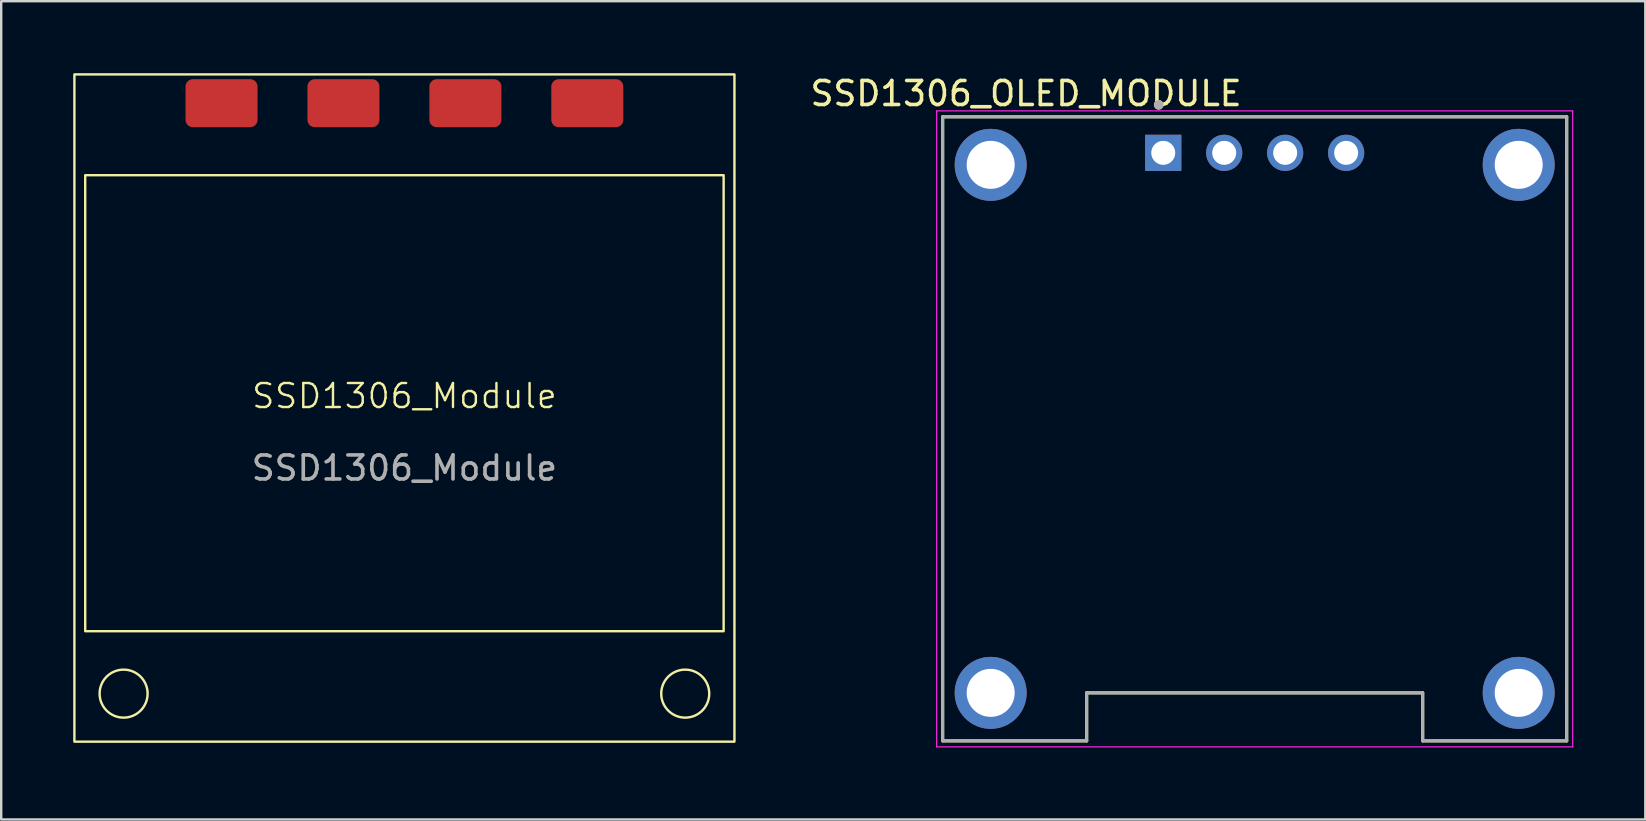
<source format=kicad_pcb>
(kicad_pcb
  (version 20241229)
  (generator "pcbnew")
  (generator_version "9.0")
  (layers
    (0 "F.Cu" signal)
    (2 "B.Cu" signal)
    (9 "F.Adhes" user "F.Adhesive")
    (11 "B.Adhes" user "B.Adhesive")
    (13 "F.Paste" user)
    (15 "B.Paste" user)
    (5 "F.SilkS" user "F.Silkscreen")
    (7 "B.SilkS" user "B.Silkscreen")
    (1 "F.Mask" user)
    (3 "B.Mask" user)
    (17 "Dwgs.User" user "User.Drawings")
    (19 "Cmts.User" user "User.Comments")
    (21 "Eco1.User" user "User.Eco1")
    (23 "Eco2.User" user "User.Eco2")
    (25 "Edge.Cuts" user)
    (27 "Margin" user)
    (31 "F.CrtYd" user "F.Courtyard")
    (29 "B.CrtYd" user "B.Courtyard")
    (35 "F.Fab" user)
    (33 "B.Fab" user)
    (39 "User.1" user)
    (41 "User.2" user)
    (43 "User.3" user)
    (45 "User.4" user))
  (footprint "SSD1306_OLED_MODULE"
    (layer "F.Cu")
    (at 49.226 14.818)
    (property "Reference" "SSD1306_OLED_MODULE" (at -9.525 -13.97 0) (layer "F.SilkS") (effects (font (size 1 1) (thickness 0.15))))
    (attr through_hole)
    (fp_line (start -13 -13) (end 13 -13) (stroke (width 0.127) (type solid)) (layer "F.SilkS"))
    (fp_line (start -13 13) (end -13 -13) (stroke (width 0.127) (type solid)) (layer "F.SilkS"))
    (fp_line (start -7 11) (end -7 13) (stroke (width 0.127) (type solid)) (layer "F.SilkS"))
    (fp_line (start -7 13) (end -13 13) (stroke (width 0.127) (type solid)) (layer "F.SilkS"))
    (fp_line (start 7 11) (end -7 11) (stroke (width 0.127) (type solid)) (layer "F.SilkS"))
    (fp_line (start 7 13) (end 7 11) (stroke (width 0.127) (type solid)) (layer "F.SilkS"))
    (fp_line (start 13 -13) (end 13 13) (stroke (width 0.127) (type solid)) (layer "F.SilkS"))
    (fp_line (start 13 13) (end 7 13) (stroke (width 0.127) (type solid)) (layer "F.SilkS"))
    (fp_circle (center -4 -13.5) (end -3.9 -13.5) (stroke (width 0.2) (type solid)) (fill no) (layer "F.SilkS"))
    (fp_line (start -13.25 -13.25) (end 13.25 -13.25) (stroke (width 0.05) (type solid)) (layer "F.CrtYd"))
    (fp_line (start -13.25 13.25) (end -13.25 -13.25) (stroke (width 0.05) (type solid)) (layer "F.CrtYd"))
    (fp_line (start 13.25 -13.25) (end 13.25 13.25) (stroke (width 0.05) (type solid)) (layer "F.CrtYd"))
    (fp_line (start 13.25 13.25) (end -13.25 13.25) (stroke (width 0.05) (type solid)) (layer "F.CrtYd"))
    (fp_line (start -13 -13) (end 13 -13) (stroke (width 0.127) (type solid)) (layer "F.Fab"))
    (fp_line (start -13 13) (end -13 -13) (stroke (width 0.127) (type solid)) (layer "F.Fab"))
    (fp_line (start -7 11) (end 7 11) (stroke (width 0.127) (type solid)) (layer "F.Fab"))
    (fp_line (start -7 13) (end -13 13) (stroke (width 0.127) (type solid)) (layer "F.Fab"))
    (fp_line (start -7 13) (end -7 11) (stroke (width 0.127) (type solid)) (layer "F.Fab"))
    (fp_line (start 7 11) (end 7 13) (stroke (width 0.127) (type solid)) (layer "F.Fab"))
    (fp_line (start 13 -13) (end 13 13) (stroke (width 0.127) (type solid)) (layer "F.Fab"))
    (fp_line (start 13 13) (end 7 13) (stroke (width 0.127) (type solid)) (layer "F.Fab"))
    (fp_circle (center -4 -13.5) (end -3.9 -13.5) (stroke (width 0.2) (type solid)) (fill no) (layer "F.Fab"))
    (pad "1" thru_hole rect (at -3.81 -11.5) (size 1.508 1.508) (drill 1) (layers "*.Cu" "*.Mask"))
    (pad "2" thru_hole circle (at -1.27 -11.5) (size 1.508 1.508) (drill 1) (layers "*.Cu" "*.Mask"))
    (pad "3" thru_hole circle (at 1.27 -11.5) (size 1.508 1.508) (drill 1) (layers "*.Cu" "*.Mask"))
    (pad "4" thru_hole circle (at 3.81 -11.5) (size 1.508 1.508) (drill 1) (layers "*.Cu" "*.Mask"))
    (pad "S1" thru_hole circle (at -11 -11) (size 3 3) (drill 2) (layers "*.Cu" "*.Mask"))
    (pad "S2" thru_hole circle (at 11 -11) (size 3 3) (drill 2) (layers "*.Cu" "*.Mask"))
    (pad "S3" thru_hole circle (at 11 11) (size 3 3) (drill 2) (layers "*.Cu" "*.Mask"))
    (pad "S4" thru_hole circle (at -11 11) (size 3 3) (drill 2) (layers "*.Cu" "*.Mask")))
  (footprint "SSD1306_Module"
    (layer "F.Cu")
    (at 13.8 13.95)
    (property "Reference" "SSD1306_Module" (at 0 -0.5 0) (unlocked yes) (layer "F.SilkS") (effects (font (size 1 1) (thickness 0.1))))
    (attr smd)
    (fp_rect (start -13.75 -13.9) (end 13.75 13.9) (stroke (width 0.1) (type solid)) (fill no) (layer "F.SilkS"))
    (fp_rect (start -13.3 -9.7) (end 13.3 9.3) (stroke (width 0.1) (type solid)) (fill no) (layer "F.SilkS"))
    (fp_circle (center -11.7 11.9) (end -10.7 11.9) (stroke (width 0.1) (type solid)) (fill no) (layer "F.SilkS"))
    (fp_circle (center 11.7 11.9) (end 12.7 11.9) (stroke (width 0.1) (type solid)) (fill no) (layer "F.SilkS"))
    (fp_text user "${REFERENCE}" (at 0 2.5 0) (unlocked yes) (layer "F.Fab") (effects (font (size 1 1) (thickness 0.15))))
    (pad "1" smd roundrect (at -7.62 -12.7) (size 3 2) (layers "F.Cu" "F.Mask" "F.Paste") (roundrect_rratio 0.15))
    (pad "2" smd roundrect (at -2.54 -12.7) (size 3 2) (layers "F.Cu" "F.Mask" "F.Paste") (roundrect_rratio 0.15))
    (pad "3" smd roundrect (at 2.54 -12.7) (size 3 2) (layers "F.Cu" "F.Mask" "F.Paste") (roundrect_rratio 0.15))
    (pad "4" smd roundrect (at 7.62 -12.7) (size 3 2) (layers "F.Cu" "F.Mask" "F.Paste") (roundrect_rratio 0.15)))
  (gr_rect
    (start -3 -3)
    (end 65.501 31.093)
    (stroke (width 0.1) (type default))
    (fill no)
    (layer "Edge.Cuts")))
</source>
